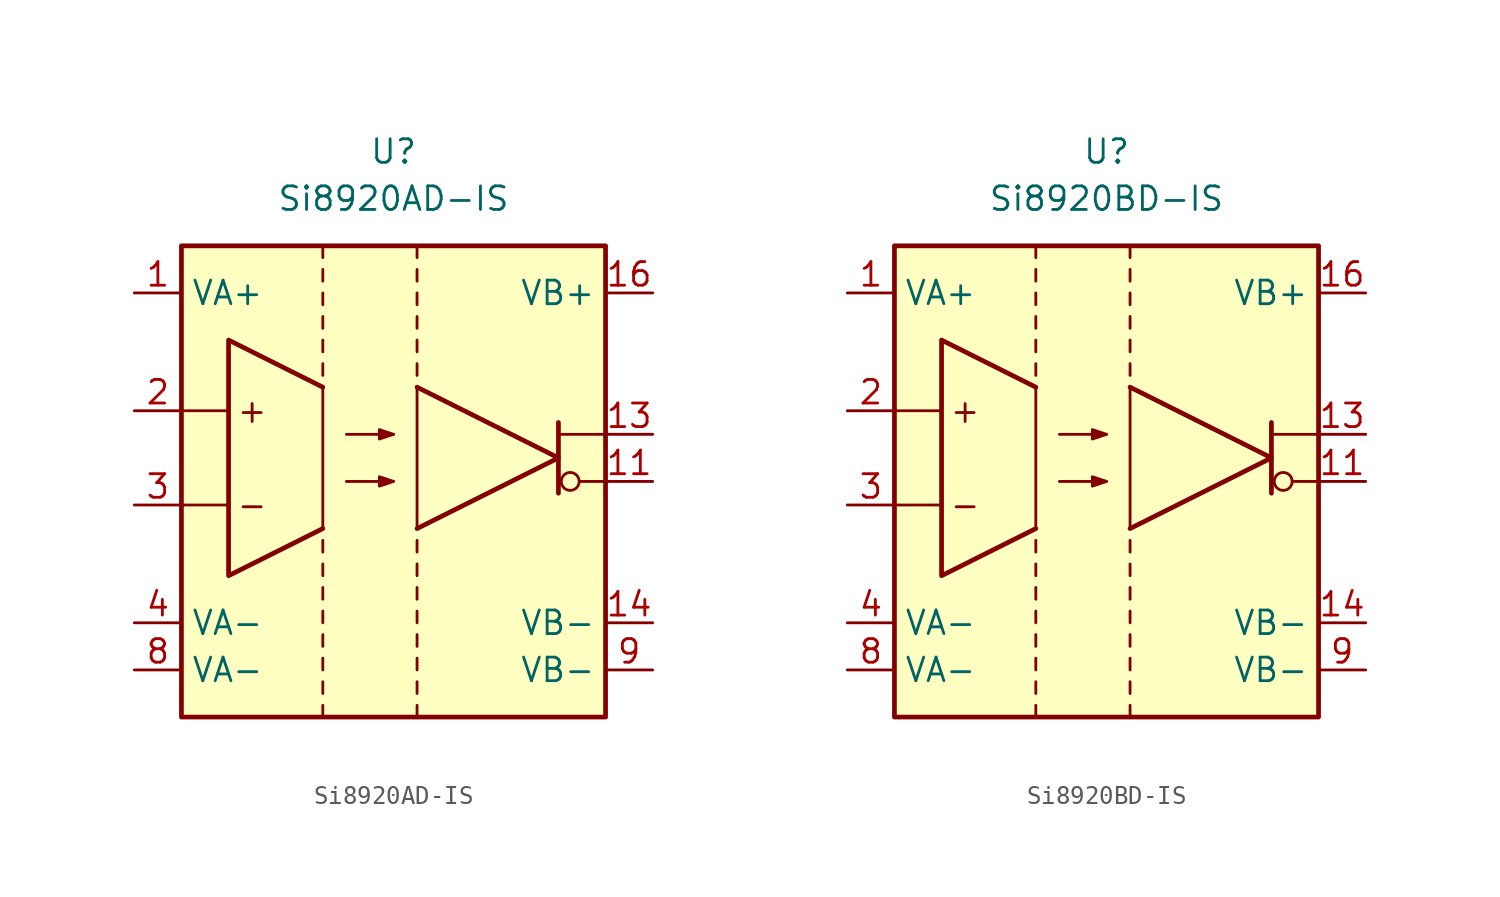
<source format=kicad_sym>
(kicad_symbol_lib
  (version 20211014)
  (generator kicad_symbol_editor)
  (symbol "Si8920AD-IS"
    (property "Reference" "U"
      (at 0 16.51 0)
      (effects (font (size 1.27 1.27))))
    (property "Value" "Si8920AD-IS"
      (at 0 13.97 0)
      (effects (font (size 1.27 1.27))))
    (symbol "Si8920AD-IS_0_0"
      (rectangle (start -11.43 11.43) (end 11.43 -13.97) (stroke (width 0.254) (type default) (color 0 0 0 0)) (fill (type background)))
      (polyline (pts (xy -11.43 -2.54) (xy -8.89 -2.54)) (stroke (width 0.152) (type default) (color 0 0 0 0)) (fill (type none)))
      (polyline (pts (xy -11.43 2.54) (xy -8.89 2.54)) (stroke (width 0.152) (type default) (color 0 0 0 0)) (fill (type none)))
      (polyline (pts (xy -3.81 3.81) (xy -3.81 -3.81)) (stroke (width 0.152) (type default) (color 0 0 0 0)) (fill (type none)))
      (polyline (pts (xy 1.27 3.81) (xy 1.27 -3.81)) (stroke (width 0.152) (type default) (color 0 0 0 0)) (fill (type none)))
      (polyline (pts (xy 1.27 3.81) (xy 8.89 0) (xy 1.27 -3.81)) (stroke (width 0.254) (type default) (color 0 0 0 0)) (fill (type none)))
      (polyline (pts (xy -3.81 3.81) (xy -8.89 6.35) (xy -8.89 -6.35) (xy -3.81 -3.81)) (stroke (width 0.254) (type default) (color 0 0 0 0)) (fill (type none)))
      (text "+" (at -7.62 2.54 0) (effects (font (size 1.27 1.27))))
      (text "-" (at -7.62 -2.54 0) (effects (font (size 1.27 1.27)))))
    (symbol "Si8920AD-IS_0_1"
      (polyline (pts (xy -3.81 -13.97) (xy -3.81 -13.335)) (stroke (width 0.152) (type default) (color 0 0 0 0)) (fill (type none)))
      (polyline (pts (xy -3.81 -12.7) (xy -3.81 -12.065)) (stroke (width 0.152) (type default) (color 0 0 0 0)) (fill (type none)))
      (polyline (pts (xy -3.81 -11.43) (xy -3.81 -10.795)) (stroke (width 0.152) (type default) (color 0 0 0 0)) (fill (type none)))
      (polyline (pts (xy -3.81 -10.16) (xy -3.81 -9.525)) (stroke (width 0.152) (type default) (color 0 0 0 0)) (fill (type none)))
      (polyline (pts (xy -3.81 -8.255) (xy -3.81 -8.89)) (stroke (width 0.152) (type default) (color 0 0 0 0)) (fill (type none)))
      (polyline (pts (xy -3.81 -6.985) (xy -3.81 -7.62)) (stroke (width 0.152) (type default) (color 0 0 0 0)) (fill (type none)))
      (polyline (pts (xy -3.81 -5.715) (xy -3.81 -6.35)) (stroke (width 0.152) (type default) (color 0 0 0 0)) (fill (type none)))
      (polyline (pts (xy -3.81 -4.445) (xy -3.81 -5.08)) (stroke (width 0.152) (type default) (color 0 0 0 0)) (fill (type none)))
      (polyline (pts (xy -3.81 4.445) (xy -3.81 5.08)) (stroke (width 0.152) (type default) (color 0 0 0 0)) (fill (type none)))
      (polyline (pts (xy -3.81 5.715) (xy -3.81 6.35)) (stroke (width 0.152) (type default) (color 0 0 0 0)) (fill (type none)))
      (polyline (pts (xy -3.81 7.62) (xy -3.81 6.985)) (stroke (width 0.152) (type default) (color 0 0 0 0)) (fill (type none)))
      (polyline (pts (xy -3.81 8.89) (xy -3.81 8.255)) (stroke (width 0.152) (type default) (color 0 0 0 0)) (fill (type none)))
      (polyline (pts (xy -3.81 10.16) (xy -3.81 9.525)) (stroke (width 0.152) (type default) (color 0 0 0 0)) (fill (type none)))
      (polyline (pts (xy -3.81 11.43) (xy -3.81 10.795)) (stroke (width 0.152) (type default) (color 0 0 0 0)) (fill (type none)))
      (polyline (pts (xy 0 -1.27) (xy -2.54 -1.27)) (stroke (width 0.152) (type default) (color 0 0 0 0)) (fill (type none)))
      (polyline (pts (xy 0 1.27) (xy -2.54 1.27)) (stroke (width 0.152) (type default) (color 0 0 0 0)) (fill (type none)))
      (polyline (pts (xy 1.27 -13.97) (xy 1.27 -13.335)) (stroke (width 0.152) (type default) (color 0 0 0 0)) (fill (type none)))
      (polyline (pts (xy 1.27 -12.7) (xy 1.27 -12.065)) (stroke (width 0.152) (type default) (color 0 0 0 0)) (fill (type none)))
      (polyline (pts (xy 1.27 -11.43) (xy 1.27 -10.795)) (stroke (width 0.152) (type default) (color 0 0 0 0)) (fill (type none)))
      (polyline (pts (xy 1.27 -10.16) (xy 1.27 -9.525)) (stroke (width 0.152) (type default) (color 0 0 0 0)) (fill (type none)))
      (polyline (pts (xy 1.27 -8.255) (xy 1.27 -8.89)) (stroke (width 0.152) (type default) (color 0 0 0 0)) (fill (type none)))
      (polyline (pts (xy 1.27 -6.985) (xy 1.27 -7.62)) (stroke (width 0.152) (type default) (color 0 0 0 0)) (fill (type none)))
      (polyline (pts (xy 1.27 -5.715) (xy 1.27 -6.35)) (stroke (width 0.152) (type default) (color 0 0 0 0)) (fill (type none)))
      (polyline (pts (xy 1.27 -4.445) (xy 1.27 -5.08)) (stroke (width 0.152) (type default) (color 0 0 0 0)) (fill (type none)))
      (polyline (pts (xy 1.27 4.445) (xy 1.27 5.08)) (stroke (width 0.152) (type default) (color 0 0 0 0)) (fill (type none)))
      (polyline (pts (xy 1.27 5.715) (xy 1.27 6.35)) (stroke (width 0.152) (type default) (color 0 0 0 0)) (fill (type none)))
      (polyline (pts (xy 1.27 7.62) (xy 1.27 6.985)) (stroke (width 0.152) (type default) (color 0 0 0 0)) (fill (type none)))
      (polyline (pts (xy 1.27 8.89) (xy 1.27 8.255)) (stroke (width 0.152) (type default) (color 0 0 0 0)) (fill (type none)))
      (polyline (pts (xy 1.27 10.16) (xy 1.27 9.525)) (stroke (width 0.152) (type default) (color 0 0 0 0)) (fill (type none)))
      (polyline (pts (xy 1.27 11.43) (xy 1.27 10.795)) (stroke (width 0.152) (type default) (color 0 0 0 0)) (fill (type none)))
      (polyline (pts (xy 8.89 1.905) (xy 8.89 -1.905)) (stroke (width 0.254) (type default) (color 0 0 0 0)) (fill (type none)))
      (polyline (pts (xy 11.43 -1.27) (xy 10.058 -1.27)) (stroke (width 0.152) (type default) (color 0 0 0 0)) (fill (type none)))
      (polyline (pts (xy 11.43 1.27) (xy 8.89 1.27)) (stroke (width 0.152) (type default) (color 0 0 0 0)) (fill (type none)))
      (polyline (pts (xy 0 -1.27) (xy -0.762 -1.016) (xy -0.762 -1.524) (xy 0 -1.27)) (stroke (width 0.152) (type default) (color 0 0 0 0)) (fill (type outline)))
      (polyline (pts (xy 0 1.27) (xy -0.762 1.524) (xy -0.762 1.016) (xy 0 1.27)) (stroke (width 0.152) (type default) (color 0 0 0 0)) (fill (type outline)))
      (circle (center 9.525 -1.27) (radius 0.483) (stroke (width 0.152) (type default) (color 0 0 0 0)) (fill (type none))))
    (symbol "Si8920AD-IS_1_1"
      (pin power_in line (at -13.97 8.89 0) (length 2.54) (name "VA+" (effects (font (size 1.27 1.27)))) (number "1" (effects (font (size 1.27 1.27)))))
      (pin no_connect line (at -1.27 -2.54 0) (length 2.54) hide (name "NC" (effects (font (size 1.27 1.27)))) (number "10" (effects (font (size 1.27 1.27)))))
      (pin output line (at 13.97 -1.27 180) (length 2.54) (name "~" (effects (font (size 1.27 1.27)))) (number "11" (effects (font (size 1.27 1.27)))))
      (pin no_connect line (at -1.27 -5.08 0) (length 2.54) hide (name "NC" (effects (font (size 1.27 1.27)))) (number "12" (effects (font (size 1.27 1.27)))))
      (pin output line (at 13.97 1.27 180) (length 2.54) (name "~" (effects (font (size 1.27 1.27)))) (number "13" (effects (font (size 1.27 1.27)))))
      (pin power_in line (at 13.97 -8.89 180) (length 2.54) (name "VB-" (effects (font (size 1.27 1.27)))) (number "14" (effects (font (size 1.27 1.27)))))
      (pin no_connect line (at -1.27 -7.62 0) (length 2.54) hide (name "NC" (effects (font (size 1.27 1.27)))) (number "15" (effects (font (size 1.27 1.27)))))
      (pin power_in line (at 13.97 8.89 180) (length 2.54) (name "VB+" (effects (font (size 1.27 1.27)))) (number "16" (effects (font (size 1.27 1.27)))))
      (pin input line (at -13.97 2.54 0) (length 2.54) (name "~" (effects (font (size 1.27 1.27)))) (number "2" (effects (font (size 1.27 1.27)))))
      (pin input line (at -13.97 -2.54 0) (length 2.54) (name "~" (effects (font (size 1.27 1.27)))) (number "3" (effects (font (size 1.27 1.27)))))
      (pin power_in line (at -13.97 -8.89 0) (length 2.54) (name "VA-" (effects (font (size 1.27 1.27)))) (number "4" (effects (font (size 1.27 1.27)))))
      (pin no_connect line (at -1.27 5.08 0) (length 2.54) hide (name "NC" (effects (font (size 1.27 1.27)))) (number "5" (effects (font (size 1.27 1.27)))))
      (pin no_connect line (at -1.27 2.54 0) (length 2.54) hide (name "NC" (effects (font (size 1.27 1.27)))) (number "6" (effects (font (size 1.27 1.27)))))
      (pin no_connect line (at -1.27 0 0) (length 2.54) hide (name "NC" (effects (font (size 1.27 1.27)))) (number "7" (effects (font (size 1.27 1.27)))))
      (pin power_in line (at -13.97 -11.43 0) (length 2.54) (name "VA-" (effects (font (size 1.27 1.27)))) (number "8" (effects (font (size 1.27 1.27)))))
      (pin power_in line (at 13.97 -11.43 180) (length 2.54) (name "VB-" (effects (font (size 1.27 1.27)))) (number "9" (effects (font (size 1.27 1.27)))))))
  (symbol "Si8920BD-IS"
    (property "Reference" "U"
      (at 0 16.51 0)
      (effects (font (size 1.27 1.27))))
    (property "Value" "Si8920BD-IS"
      (at 0 13.97 0)
      (effects (font (size 1.27 1.27))))
    (symbol "Si8920BD-IS_0_0"
      (rectangle (start -11.43 11.43) (end 11.43 -13.97) (stroke (width 0.254) (type default) (color 0 0 0 0)) (fill (type background)))
      (polyline (pts (xy -11.43 -2.54) (xy -8.89 -2.54)) (stroke (width 0.152) (type default) (color 0 0 0 0)) (fill (type none)))
      (polyline (pts (xy -11.43 2.54) (xy -8.89 2.54)) (stroke (width 0.152) (type default) (color 0 0 0 0)) (fill (type none)))
      (polyline (pts (xy -3.81 3.81) (xy -3.81 -3.81)) (stroke (width 0.152) (type default) (color 0 0 0 0)) (fill (type none)))
      (polyline (pts (xy 1.27 3.81) (xy 1.27 -3.81)) (stroke (width 0.152) (type default) (color 0 0 0 0)) (fill (type none)))
      (polyline (pts (xy 1.27 3.81) (xy 8.89 0) (xy 1.27 -3.81)) (stroke (width 0.254) (type default) (color 0 0 0 0)) (fill (type none)))
      (polyline (pts (xy -3.81 3.81) (xy -8.89 6.35) (xy -8.89 -6.35) (xy -3.81 -3.81)) (stroke (width 0.254) (type default) (color 0 0 0 0)) (fill (type none)))
      (text "+" (at -7.62 2.54 0) (effects (font (size 1.27 1.27))))
      (text "-" (at -7.62 -2.54 0) (effects (font (size 1.27 1.27)))))
    (symbol "Si8920BD-IS_0_1"
      (polyline (pts (xy -3.81 -13.97) (xy -3.81 -13.335)) (stroke (width 0.152) (type default) (color 0 0 0 0)) (fill (type none)))
      (polyline (pts (xy -3.81 -12.7) (xy -3.81 -12.065)) (stroke (width 0.152) (type default) (color 0 0 0 0)) (fill (type none)))
      (polyline (pts (xy -3.81 -11.43) (xy -3.81 -10.795)) (stroke (width 0.152) (type default) (color 0 0 0 0)) (fill (type none)))
      (polyline (pts (xy -3.81 -10.16) (xy -3.81 -9.525)) (stroke (width 0.152) (type default) (color 0 0 0 0)) (fill (type none)))
      (polyline (pts (xy -3.81 -8.255) (xy -3.81 -8.89)) (stroke (width 0.152) (type default) (color 0 0 0 0)) (fill (type none)))
      (polyline (pts (xy -3.81 -6.985) (xy -3.81 -7.62)) (stroke (width 0.152) (type default) (color 0 0 0 0)) (fill (type none)))
      (polyline (pts (xy -3.81 -5.715) (xy -3.81 -6.35)) (stroke (width 0.152) (type default) (color 0 0 0 0)) (fill (type none)))
      (polyline (pts (xy -3.81 -4.445) (xy -3.81 -5.08)) (stroke (width 0.152) (type default) (color 0 0 0 0)) (fill (type none)))
      (polyline (pts (xy -3.81 4.445) (xy -3.81 5.08)) (stroke (width 0.152) (type default) (color 0 0 0 0)) (fill (type none)))
      (polyline (pts (xy -3.81 5.715) (xy -3.81 6.35)) (stroke (width 0.152) (type default) (color 0 0 0 0)) (fill (type none)))
      (polyline (pts (xy -3.81 7.62) (xy -3.81 6.985)) (stroke (width 0.152) (type default) (color 0 0 0 0)) (fill (type none)))
      (polyline (pts (xy -3.81 8.89) (xy -3.81 8.255)) (stroke (width 0.152) (type default) (color 0 0 0 0)) (fill (type none)))
      (polyline (pts (xy -3.81 10.16) (xy -3.81 9.525)) (stroke (width 0.152) (type default) (color 0 0 0 0)) (fill (type none)))
      (polyline (pts (xy -3.81 11.43) (xy -3.81 10.795)) (stroke (width 0.152) (type default) (color 0 0 0 0)) (fill (type none)))
      (polyline (pts (xy 0 -1.27) (xy -2.54 -1.27)) (stroke (width 0.152) (type default) (color 0 0 0 0)) (fill (type none)))
      (polyline (pts (xy 0 1.27) (xy -2.54 1.27)) (stroke (width 0.152) (type default) (color 0 0 0 0)) (fill (type none)))
      (polyline (pts (xy 1.27 -13.97) (xy 1.27 -13.335)) (stroke (width 0.152) (type default) (color 0 0 0 0)) (fill (type none)))
      (polyline (pts (xy 1.27 -12.7) (xy 1.27 -12.065)) (stroke (width 0.152) (type default) (color 0 0 0 0)) (fill (type none)))
      (polyline (pts (xy 1.27 -11.43) (xy 1.27 -10.795)) (stroke (width 0.152) (type default) (color 0 0 0 0)) (fill (type none)))
      (polyline (pts (xy 1.27 -10.16) (xy 1.27 -9.525)) (stroke (width 0.152) (type default) (color 0 0 0 0)) (fill (type none)))
      (polyline (pts (xy 1.27 -8.255) (xy 1.27 -8.89)) (stroke (width 0.152) (type default) (color 0 0 0 0)) (fill (type none)))
      (polyline (pts (xy 1.27 -6.985) (xy 1.27 -7.62)) (stroke (width 0.152) (type default) (color 0 0 0 0)) (fill (type none)))
      (polyline (pts (xy 1.27 -5.715) (xy 1.27 -6.35)) (stroke (width 0.152) (type default) (color 0 0 0 0)) (fill (type none)))
      (polyline (pts (xy 1.27 -4.445) (xy 1.27 -5.08)) (stroke (width 0.152) (type default) (color 0 0 0 0)) (fill (type none)))
      (polyline (pts (xy 1.27 4.445) (xy 1.27 5.08)) (stroke (width 0.152) (type default) (color 0 0 0 0)) (fill (type none)))
      (polyline (pts (xy 1.27 5.715) (xy 1.27 6.35)) (stroke (width 0.152) (type default) (color 0 0 0 0)) (fill (type none)))
      (polyline (pts (xy 1.27 7.62) (xy 1.27 6.985)) (stroke (width 0.152) (type default) (color 0 0 0 0)) (fill (type none)))
      (polyline (pts (xy 1.27 8.89) (xy 1.27 8.255)) (stroke (width 0.152) (type default) (color 0 0 0 0)) (fill (type none)))
      (polyline (pts (xy 1.27 10.16) (xy 1.27 9.525)) (stroke (width 0.152) (type default) (color 0 0 0 0)) (fill (type none)))
      (polyline (pts (xy 1.27 11.43) (xy 1.27 10.795)) (stroke (width 0.152) (type default) (color 0 0 0 0)) (fill (type none)))
      (polyline (pts (xy 8.89 1.905) (xy 8.89 -1.905)) (stroke (width 0.254) (type default) (color 0 0 0 0)) (fill (type none)))
      (polyline (pts (xy 11.43 -1.27) (xy 10.058 -1.27)) (stroke (width 0.152) (type default) (color 0 0 0 0)) (fill (type none)))
      (polyline (pts (xy 11.43 1.27) (xy 8.89 1.27)) (stroke (width 0.152) (type default) (color 0 0 0 0)) (fill (type none)))
      (polyline (pts (xy 0 -1.27) (xy -0.762 -1.016) (xy -0.762 -1.524) (xy 0 -1.27)) (stroke (width 0.152) (type default) (color 0 0 0 0)) (fill (type outline)))
      (polyline (pts (xy 0 1.27) (xy -0.762 1.524) (xy -0.762 1.016) (xy 0 1.27)) (stroke (width 0.152) (type default) (color 0 0 0 0)) (fill (type outline)))
      (circle (center 9.525 -1.27) (radius 0.483) (stroke (width 0.152) (type default) (color 0 0 0 0)) (fill (type none))))
    (symbol "Si8920BD-IS_1_1"
      (pin power_in line (at -13.97 8.89 0) (length 2.54) (name "VA+" (effects (font (size 1.27 1.27)))) (number "1" (effects (font (size 1.27 1.27)))))
      (pin no_connect line (at 0 -2.54 0) (length 2.54) hide (name "NC" (effects (font (size 1.27 1.27)))) (number "10" (effects (font (size 1.27 1.27)))))
      (pin output line (at 13.97 -1.27 180) (length 2.54) (name "~" (effects (font (size 1.27 1.27)))) (number "11" (effects (font (size 1.27 1.27)))))
      (pin no_connect line (at 0 -5.08 0) (length 2.54) hide (name "NC" (effects (font (size 1.27 1.27)))) (number "12" (effects (font (size 1.27 1.27)))))
      (pin output line (at 13.97 1.27 180) (length 2.54) (name "~" (effects (font (size 1.27 1.27)))) (number "13" (effects (font (size 1.27 1.27)))))
      (pin power_in line (at 13.97 -8.89 180) (length 2.54) (name "VB-" (effects (font (size 1.27 1.27)))) (number "14" (effects (font (size 1.27 1.27)))))
      (pin no_connect line (at 0 -7.62 0) (length 2.54) hide (name "NC" (effects (font (size 1.27 1.27)))) (number "15" (effects (font (size 1.27 1.27)))))
      (pin power_in line (at 13.97 8.89 180) (length 2.54) (name "VB+" (effects (font (size 1.27 1.27)))) (number "16" (effects (font (size 1.27 1.27)))))
      (pin input line (at -13.97 2.54 0) (length 2.54) (name "~" (effects (font (size 1.27 1.27)))) (number "2" (effects (font (size 1.27 1.27)))))
      (pin input line (at -13.97 -2.54 0) (length 2.54) (name "~" (effects (font (size 1.27 1.27)))) (number "3" (effects (font (size 1.27 1.27)))))
      (pin power_in line (at -13.97 -8.89 0) (length 2.54) (name "VA-" (effects (font (size 1.27 1.27)))) (number "4" (effects (font (size 1.27 1.27)))))
      (pin no_connect line (at 0 5.08 0) (length 2.54) hide (name "NC" (effects (font (size 1.27 1.27)))) (number "5" (effects (font (size 1.27 1.27)))))
      (pin no_connect line (at 0 2.54 0) (length 2.54) hide (name "NC" (effects (font (size 1.27 1.27)))) (number "6" (effects (font (size 1.27 1.27)))))
      (pin no_connect line (at 0 0 0) (length 2.54) hide (name "NC" (effects (font (size 1.27 1.27)))) (number "7" (effects (font (size 1.27 1.27)))))
      (pin power_in line (at -13.97 -11.43 0) (length 2.54) (name "VA-" (effects (font (size 1.27 1.27)))) (number "8" (effects (font (size 1.27 1.27)))))
      (pin power_in line (at 13.97 -11.43 180) (length 2.54) (name "VB-" (effects (font (size 1.27 1.27)))) (number "9" (effects (font (size 1.27 1.27))))))))
</source>
